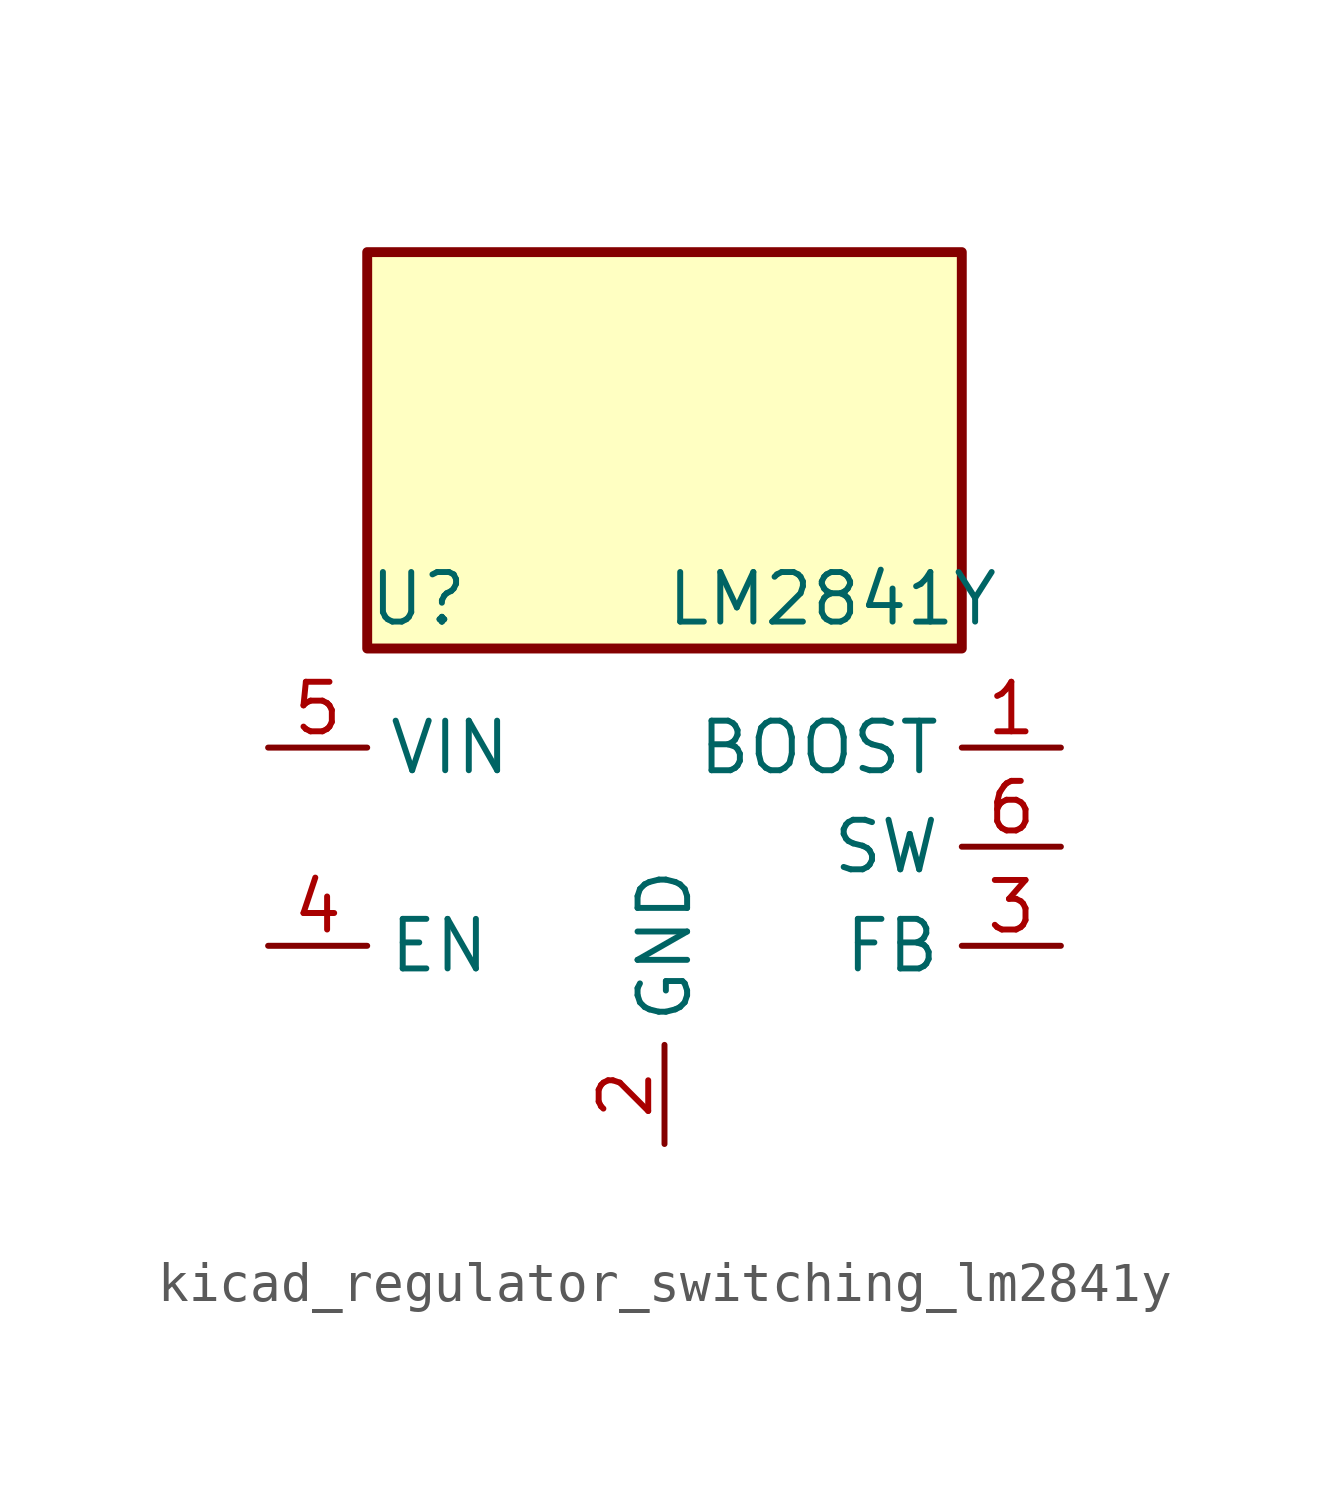
<source format=kicad_sym>
(kicad_symbol_lib
  (version 20220914)
  (generator kicad_symbol_editor)
  (symbol "kicad_regulator_switching_lm2841y"
    (property "Reference" "U"
      (at -7.62 6.35 0)
      (effects (font (size 1.27 1.27)) (justify left)))
    (property "Value" "LM2841Y"
      (at 0 6.35 0)
      (effects (font (size 1.27 1.27)) (justify left)))
    (symbol "kicad_regulator_switching_lm2841y_0_1"
      (rectangle (start 7.62 15.24) (end -7.62 5.08) (stroke (width 0.254) (type default)) (fill (type background)))
      (pin input line (at 10.16 2.54 180) (length 2.54) (name "BOOST" (effects (font (size 1.27 1.27)))) (number "1" (effects (font (size 1.27 1.27))))))
    (symbol "kicad_regulator_switching_lm2841y_1_1"
      (pin power_in line (at 0 -7.62 90) (length 2.54) (name "GND" (effects (font (size 1.27 1.27)))) (number "2" (effects (font (size 1.27 1.27)))))
      (pin input line (at 10.16 -2.54 180) (length 2.54) (name "FB" (effects (font (size 1.27 1.27)))) (number "3" (effects (font (size 1.27 1.27)))))
      (pin input line (at -10.16 -2.54 0) (length 2.54) (name "EN" (effects (font (size 1.27 1.27)))) (number "4" (effects (font (size 1.27 1.27)))))
      (pin power_in line (at -10.16 2.54 0) (length 2.54) (name "VIN" (effects (font (size 1.27 1.27)))) (number "5" (effects (font (size 1.27 1.27)))))
      (pin output line (at 10.16 0 180) (length 2.54) (name "SW" (effects (font (size 1.27 1.27)))) (number "6" (effects (font (size 1.27 1.27))))))))
</source>
